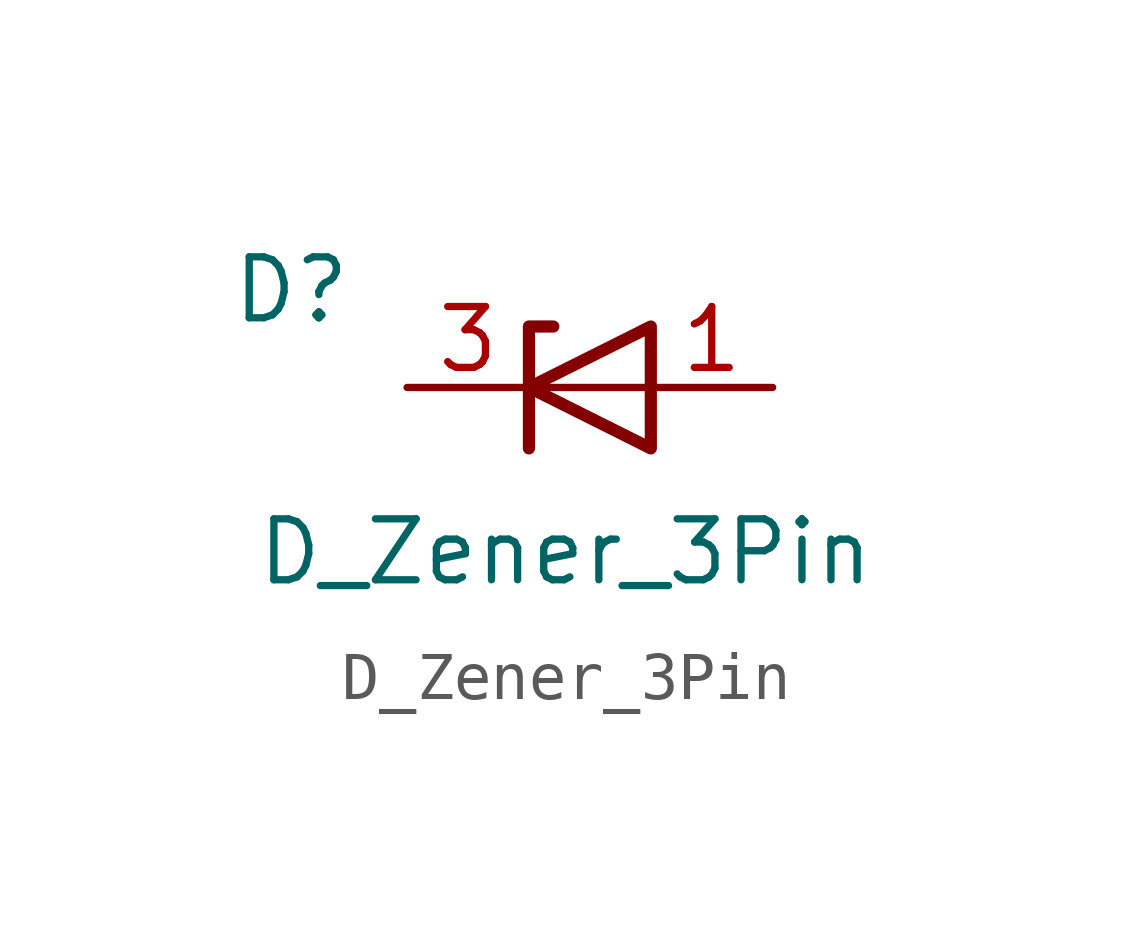
<source format=kicad_sym>
(kicad_symbol_lib
  (version 20211014)
  (generator kicad_symbol_editor)
  (symbol "D_Zener_3Pin"
    (property "Reference" "D"
      (at -6.223 2.032 0)
      (effects (font (size 1.27 1.27))))
    (property "Value" "D_Zener_3Pin"
      (at -0.508 -3.429 0)
      (effects (font (size 1.27 1.27))))
    (symbol "D_Zener_3Pin_0_1"
      (polyline (pts (xy 1.27 0) (xy -1.27 0)) (stroke (width 0) (type default) (color 0 0 0 0)) (fill (type none)))
      (polyline (pts (xy -1.27 -1.27) (xy -1.27 1.27) (xy -0.762 1.27)) (stroke (width 0.254) (type default) (color 0 0 0 0)) (fill (type none)))
      (polyline (pts (xy 1.27 -1.27) (xy 1.27 1.27) (xy -1.27 0) (xy 1.27 -1.27)) (stroke (width 0.254) (type default) (color 0 0 0 0)) (fill (type none))))
    (symbol "D_Zener_3Pin_1_1"
      (pin passive line (at 3.81 0 180) (length 2.54) (name "" (effects (font (size 1.27 1.27)))) (number "1" (effects (font (size 1.27 1.27)))))
      (pin no_connect line (at -0.127 3.302 270) (length 2.54) hide (name "NC" (effects (font (size 1.27 1.27)))) (number "2" (effects (font (size 1.27 1.27)))))
      (pin passive line (at -3.81 0 0) (length 2.54) (name "" (effects (font (size 1.27 1.27)))) (number "3" (effects (font (size 1.27 1.27))))))))
</source>
